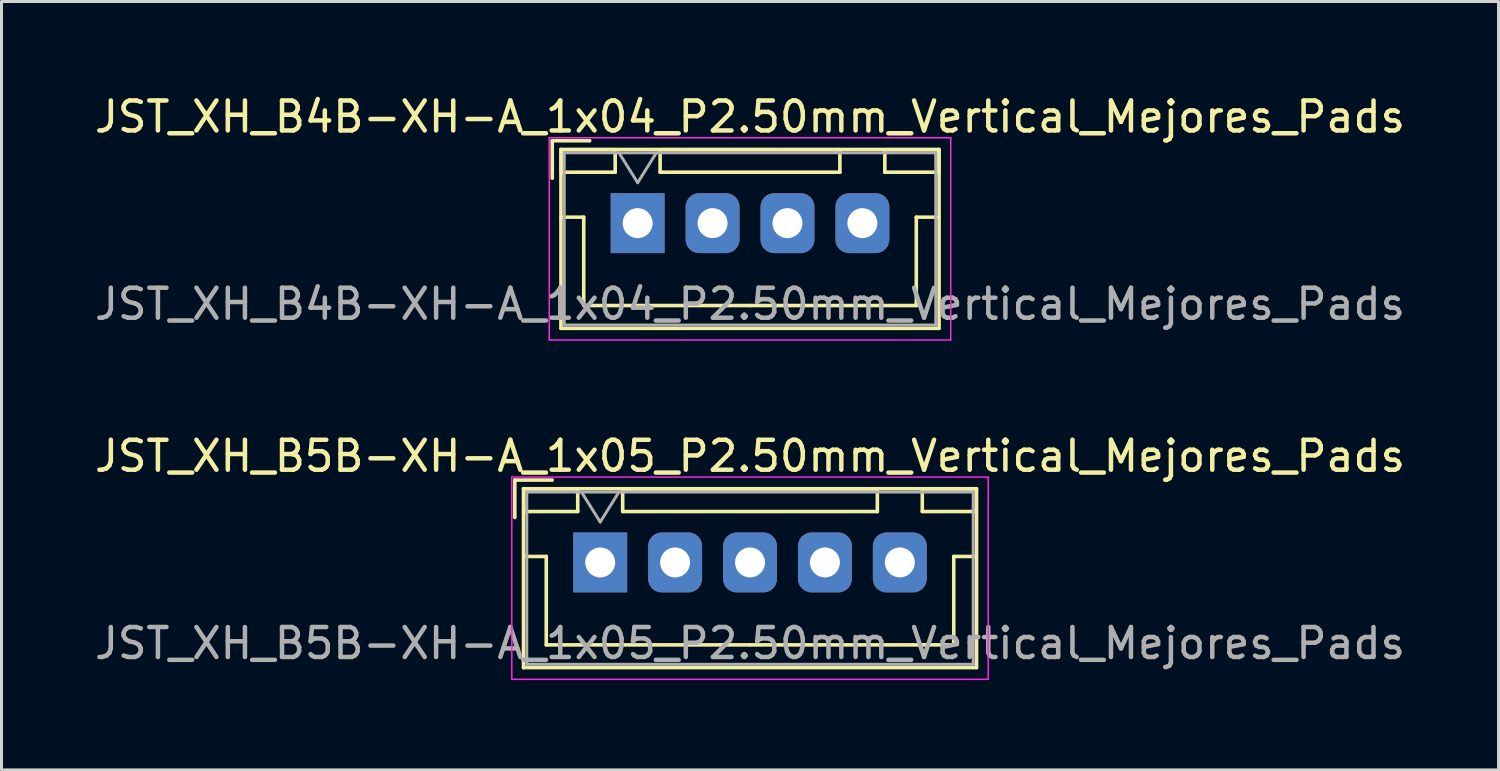
<source format=kicad_pcb>
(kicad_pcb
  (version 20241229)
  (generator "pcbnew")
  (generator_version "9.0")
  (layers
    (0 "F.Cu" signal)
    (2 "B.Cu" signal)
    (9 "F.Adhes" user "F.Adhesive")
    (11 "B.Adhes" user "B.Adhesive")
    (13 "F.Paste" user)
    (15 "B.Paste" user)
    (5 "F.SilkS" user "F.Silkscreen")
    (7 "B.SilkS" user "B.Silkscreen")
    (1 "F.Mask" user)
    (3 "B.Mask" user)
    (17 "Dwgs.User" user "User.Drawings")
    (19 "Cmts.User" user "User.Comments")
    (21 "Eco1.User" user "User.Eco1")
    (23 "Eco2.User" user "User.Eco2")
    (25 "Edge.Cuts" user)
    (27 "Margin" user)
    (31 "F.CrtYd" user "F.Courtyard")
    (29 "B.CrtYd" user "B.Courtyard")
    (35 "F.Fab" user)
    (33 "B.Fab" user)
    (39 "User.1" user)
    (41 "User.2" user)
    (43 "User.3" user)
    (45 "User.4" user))
  (footprint "JST_XH_B4B-XH-A_1x04_P2.50mm_Vertical_Mejores_Pads"
    (layer "F.Cu")
    (at 18.232 4.398)
    (property "Reference" "JST_XH_B4B-XH-A_1x04_P2.50mm_Vertical_Mejores_Pads" (at 3.75 -3.55 0) (layer "F.SilkS") (effects (font (size 1 1) (thickness 0.15))))
    (property "Value" "(${VALUE})" (at 3.75 -4.2 0) (layer "F.SilkS") (hide yes) (effects (font (size 1 1) (thickness 0.15))))
    (attr through_hole)
    (fp_line (start -2.85 -2.75) (end -2.85 -1.5) (stroke (width 0.12) (type solid)) (layer "F.SilkS"))
    (fp_line (start -2.56 -2.46) (end -2.56 3.51) (stroke (width 0.12) (type solid)) (layer "F.SilkS"))
    (fp_line (start -2.56 3.51) (end 10.06 3.51) (stroke (width 0.12) (type solid)) (layer "F.SilkS"))
    (fp_line (start -2.55 -2.45) (end -2.55 -1.7) (stroke (width 0.12) (type solid)) (layer "F.SilkS"))
    (fp_line (start -2.55 -1.7) (end -0.75 -1.7) (stroke (width 0.12) (type solid)) (layer "F.SilkS"))
    (fp_line (start -2.55 -0.2) (end -1.8 -0.2) (stroke (width 0.12) (type solid)) (layer "F.SilkS"))
    (fp_line (start -1.8 -0.2) (end -1.8 2.75) (stroke (width 0.12) (type solid)) (layer "F.SilkS"))
    (fp_line (start -1.8 2.75) (end 3.75 2.75) (stroke (width 0.12) (type solid)) (layer "F.SilkS"))
    (fp_line (start -1.6 -2.75) (end -2.85 -2.75) (stroke (width 0.12) (type solid)) (layer "F.SilkS"))
    (fp_line (start -0.75 -2.45) (end -2.55 -2.45) (stroke (width 0.12) (type solid)) (layer "F.SilkS"))
    (fp_line (start -0.75 -1.7) (end -0.75 -2.45) (stroke (width 0.12) (type solid)) (layer "F.SilkS"))
    (fp_line (start 0.75 -2.45) (end 0.75 -1.7) (stroke (width 0.12) (type solid)) (layer "F.SilkS"))
    (fp_line (start 0.75 -1.7) (end 6.75 -1.7) (stroke (width 0.12) (type solid)) (layer "F.SilkS"))
    (fp_line (start 6.75 -2.45) (end 0.75 -2.45) (stroke (width 0.12) (type solid)) (layer "F.SilkS"))
    (fp_line (start 6.75 -1.7) (end 6.75 -2.45) (stroke (width 0.12) (type solid)) (layer "F.SilkS"))
    (fp_line (start 8.25 -2.45) (end 8.25 -1.7) (stroke (width 0.12) (type solid)) (layer "F.SilkS"))
    (fp_line (start 8.25 -1.7) (end 10.05 -1.7) (stroke (width 0.12) (type solid)) (layer "F.SilkS"))
    (fp_line (start 9.3 -0.2) (end 9.3 2.75) (stroke (width 0.12) (type solid)) (layer "F.SilkS"))
    (fp_line (start 9.3 2.75) (end 3.75 2.75) (stroke (width 0.12) (type solid)) (layer "F.SilkS"))
    (fp_line (start 10.05 -2.45) (end 8.25 -2.45) (stroke (width 0.12) (type solid)) (layer "F.SilkS"))
    (fp_line (start 10.05 -1.7) (end 10.05 -2.45) (stroke (width 0.12) (type solid)) (layer "F.SilkS"))
    (fp_line (start 10.05 -0.2) (end 9.3 -0.2) (stroke (width 0.12) (type solid)) (layer "F.SilkS"))
    (fp_line (start 10.06 -2.46) (end -2.56 -2.46) (stroke (width 0.12) (type solid)) (layer "F.SilkS"))
    (fp_line (start 10.06 3.51) (end 10.06 -2.46) (stroke (width 0.12) (type solid)) (layer "F.SilkS"))
    (fp_line (start -2.95 -2.85) (end -2.95 3.9) (stroke (width 0.05) (type solid)) (layer "F.CrtYd"))
    (fp_line (start -2.95 3.9) (end 10.45 3.9) (stroke (width 0.05) (type solid)) (layer "F.CrtYd"))
    (fp_line (start 10.45 -2.85) (end -2.95 -2.85) (stroke (width 0.05) (type solid)) (layer "F.CrtYd"))
    (fp_line (start 10.45 3.9) (end 10.45 -2.85) (stroke (width 0.05) (type solid)) (layer "F.CrtYd"))
    (fp_line (start -2.45 -2.35) (end -2.45 3.4) (stroke (width 0.1) (type solid)) (layer "F.Fab"))
    (fp_line (start -2.45 3.4) (end 9.95 3.4) (stroke (width 0.1) (type solid)) (layer "F.Fab"))
    (fp_line (start -0.625 -2.35) (end 0 -1.35) (stroke (width 0.1) (type solid)) (layer "F.Fab"))
    (fp_line (start 0 -1.35) (end 0.625 -2.35) (stroke (width 0.1) (type solid)) (layer "F.Fab"))
    (fp_line (start 9.95 -2.35) (end -2.45 -2.35) (stroke (width 0.1) (type solid)) (layer "F.Fab"))
    (fp_line (start 9.95 3.4) (end 9.95 -2.35) (stroke (width 0.1) (type solid)) (layer "F.Fab"))
    (fp_text user "${REFERENCE}" (at 3.75 2.7 0) (layer "F.Fab") (effects (font (size 1 1) (thickness 0.15))))
    (pad "1" thru_hole rect (at 0 0) (size 1.8 2) (drill 1) (layers "*.Cu" "*.Mask"))
    (pad "2" thru_hole roundrect (at 2.5 0) (size 1.8 2) (drill 1) (layers "*.Cu" "*.Mask") (roundrect_rratio 0.25))
    (pad "3" thru_hole roundrect (at 5 0) (size 1.8 2) (drill 1) (layers "*.Cu" "*.Mask") (roundrect_rratio 0.25))
    (pad "4" thru_hole roundrect (at 7.5 0) (size 1.8 2) (drill 1) (layers "*.Cu" "*.Mask") (roundrect_rratio 0.25)))
  (footprint "JST_XH_B5B-XH-A_1x05_P2.50mm_Vertical_Mejores_Pads"
    (layer "F.Cu")
    (at 16.982 15.722)
    (property "Reference" "JST_XH_B5B-XH-A_1x05_P2.50mm_Vertical_Mejores_Pads" (at 5 -3.55 0) (layer "F.SilkS") (effects (font (size 1 1) (thickness 0.15))))
    (property "Value" "(${VALUE})" (at 5 -4.2 0) (layer "F.SilkS") (hide yes) (effects (font (size 1 1) (thickness 0.15))))
    (attr through_hole)
    (fp_line (start -2.85 -2.75) (end -2.85 -1.5) (stroke (width 0.12) (type solid)) (layer "F.SilkS"))
    (fp_line (start -2.56 -2.46) (end -2.56 3.51) (stroke (width 0.12) (type solid)) (layer "F.SilkS"))
    (fp_line (start -2.56 3.51) (end 12.56 3.51) (stroke (width 0.12) (type solid)) (layer "F.SilkS"))
    (fp_line (start -2.55 -2.45) (end -2.55 -1.7) (stroke (width 0.12) (type solid)) (layer "F.SilkS"))
    (fp_line (start -2.55 -1.7) (end -0.75 -1.7) (stroke (width 0.12) (type solid)) (layer "F.SilkS"))
    (fp_line (start -2.55 -0.2) (end -1.8 -0.2) (stroke (width 0.12) (type solid)) (layer "F.SilkS"))
    (fp_line (start -1.8 -0.2) (end -1.8 2.75) (stroke (width 0.12) (type solid)) (layer "F.SilkS"))
    (fp_line (start -1.8 2.75) (end 5 2.75) (stroke (width 0.12) (type solid)) (layer "F.SilkS"))
    (fp_line (start -1.6 -2.75) (end -2.85 -2.75) (stroke (width 0.12) (type solid)) (layer "F.SilkS"))
    (fp_line (start -0.75 -2.45) (end -2.55 -2.45) (stroke (width 0.12) (type solid)) (layer "F.SilkS"))
    (fp_line (start -0.75 -1.7) (end -0.75 -2.45) (stroke (width 0.12) (type solid)) (layer "F.SilkS"))
    (fp_line (start 0.75 -2.45) (end 0.75 -1.7) (stroke (width 0.12) (type solid)) (layer "F.SilkS"))
    (fp_line (start 0.75 -1.7) (end 9.25 -1.7) (stroke (width 0.12) (type solid)) (layer "F.SilkS"))
    (fp_line (start 9.25 -2.45) (end 0.75 -2.45) (stroke (width 0.12) (type solid)) (layer "F.SilkS"))
    (fp_line (start 9.25 -1.7) (end 9.25 -2.45) (stroke (width 0.12) (type solid)) (layer "F.SilkS"))
    (fp_line (start 10.75 -2.45) (end 10.75 -1.7) (stroke (width 0.12) (type solid)) (layer "F.SilkS"))
    (fp_line (start 10.75 -1.7) (end 12.55 -1.7) (stroke (width 0.12) (type solid)) (layer "F.SilkS"))
    (fp_line (start 11.8 -0.2) (end 11.8 2.75) (stroke (width 0.12) (type solid)) (layer "F.SilkS"))
    (fp_line (start 11.8 2.75) (end 5 2.75) (stroke (width 0.12) (type solid)) (layer "F.SilkS"))
    (fp_line (start 12.55 -2.45) (end 10.75 -2.45) (stroke (width 0.12) (type solid)) (layer "F.SilkS"))
    (fp_line (start 12.55 -1.7) (end 12.55 -2.45) (stroke (width 0.12) (type solid)) (layer "F.SilkS"))
    (fp_line (start 12.55 -0.2) (end 11.8 -0.2) (stroke (width 0.12) (type solid)) (layer "F.SilkS"))
    (fp_line (start 12.56 -2.46) (end -2.56 -2.46) (stroke (width 0.12) (type solid)) (layer "F.SilkS"))
    (fp_line (start 12.56 3.51) (end 12.56 -2.46) (stroke (width 0.12) (type solid)) (layer "F.SilkS"))
    (fp_line (start -2.95 -2.85) (end -2.95 3.9) (stroke (width 0.05) (type solid)) (layer "F.CrtYd"))
    (fp_line (start -2.95 3.9) (end 12.95 3.9) (stroke (width 0.05) (type solid)) (layer "F.CrtYd"))
    (fp_line (start 12.95 -2.85) (end -2.95 -2.85) (stroke (width 0.05) (type solid)) (layer "F.CrtYd"))
    (fp_line (start 12.95 3.9) (end 12.95 -2.85) (stroke (width 0.05) (type solid)) (layer "F.CrtYd"))
    (fp_line (start -2.45 -2.35) (end -2.45 3.4) (stroke (width 0.1) (type solid)) (layer "F.Fab"))
    (fp_line (start -2.45 3.4) (end 12.45 3.4) (stroke (width 0.1) (type solid)) (layer "F.Fab"))
    (fp_line (start -0.625 -2.35) (end 0 -1.35) (stroke (width 0.1) (type solid)) (layer "F.Fab"))
    (fp_line (start 0 -1.35) (end 0.625 -2.35) (stroke (width 0.1) (type solid)) (layer "F.Fab"))
    (fp_line (start 12.45 -2.35) (end -2.45 -2.35) (stroke (width 0.1) (type solid)) (layer "F.Fab"))
    (fp_line (start 12.45 3.4) (end 12.45 -2.35) (stroke (width 0.1) (type solid)) (layer "F.Fab"))
    (fp_text user "${REFERENCE}" (at 5 2.7 0) (layer "F.Fab") (effects (font (size 1 1) (thickness 0.15))))
    (pad "1" thru_hole rect (at 0 0) (size 1.8 2) (drill 1) (layers "*.Cu" "*.Mask"))
    (pad "2" thru_hole roundrect (at 2.5 0) (size 1.8 2) (drill 1) (layers "*.Cu" "*.Mask") (roundrect_rratio 0.25))
    (pad "3" thru_hole roundrect (at 5 0) (size 1.8 2) (drill 1) (layers "*.Cu" "*.Mask") (roundrect_rratio 0.25))
    (pad "4" thru_hole roundrect (at 7.5 0) (size 1.8 2) (drill 1) (layers "*.Cu" "*.Mask") (roundrect_rratio 0.25))
    (pad "5" thru_hole roundrect (at 10 0) (size 1.8 2) (drill 1) (layers "*.Cu" "*.Mask") (roundrect_rratio 0.25)))
  (gr_rect
    (start -3 -3)
    (end 46.964 22.646)
    (stroke (width 0.1) (type default))
    (fill no)
    (layer "Edge.Cuts")))
</source>
